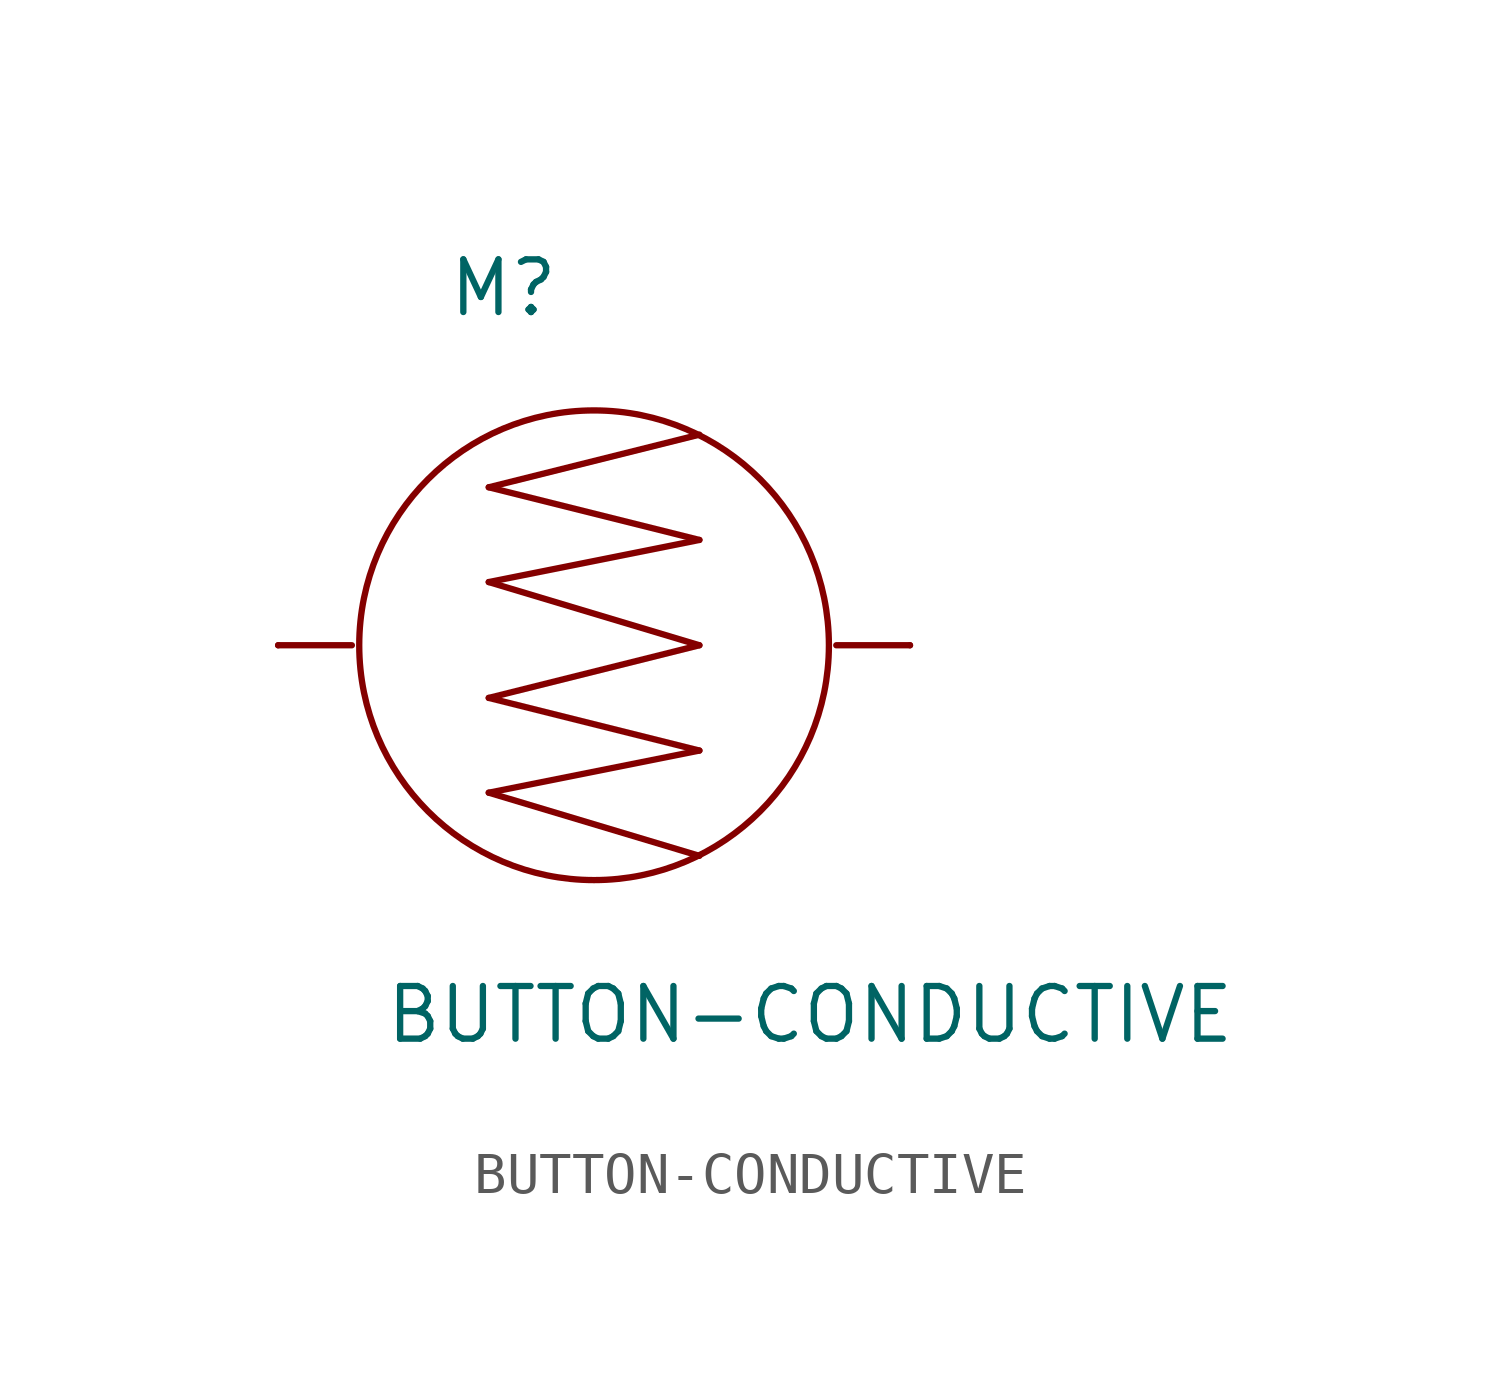
<source format=kicad_sym>
(kicad_symbol_lib
  (version 20211014)
  (generator kicad_symbol_editor)
  (symbol "BUTTON-CONDUCTIVE"
    (pin_numbers hide)
    (pin_names
      (offset 1.016) hide)
    (property "Reference" "M"
      (at -3.556 7.874 0)
      (effects (font (size 1.27 1.27)) (justify left bottom)))
    (property "Value" "BUTTON-CONDUCTIVE"
      (at -5.08 -9.652 0)
      (effects (font (size 1.27 1.27)) (justify left bottom)))
    (property "ki_locked" ""
      (at 0 0 0)
      (effects (font (size 1.27 1.27))))
    (symbol "BUTTON-CONDUCTIVE_1_0"
      (polyline (pts (xy -7.62 0) (xy -5.842 0)) (stroke (width 0) (type default) (color 0 0 0 0)) (fill (type none)))
      (polyline (pts (xy -2.54 -3.556) (xy 2.54 -5.08)) (stroke (width 0) (type default) (color 0 0 0 0)) (fill (type none)))
      (polyline (pts (xy -2.54 -1.27) (xy 2.54 -2.54)) (stroke (width 0) (type default) (color 0 0 0 0)) (fill (type none)))
      (polyline (pts (xy -2.54 1.524) (xy 2.54 0)) (stroke (width 0) (type default) (color 0 0 0 0)) (fill (type none)))
      (polyline (pts (xy -2.54 3.81) (xy 2.54 5.08)) (stroke (width 0) (type default) (color 0 0 0 0)) (fill (type none)))
      (polyline (pts (xy 2.54 -2.54) (xy -2.54 -3.556)) (stroke (width 0) (type default) (color 0 0 0 0)) (fill (type none)))
      (polyline (pts (xy 2.54 0) (xy -2.54 -1.27)) (stroke (width 0) (type default) (color 0 0 0 0)) (fill (type none)))
      (polyline (pts (xy 2.54 2.54) (xy -2.54 1.524)) (stroke (width 0) (type default) (color 0 0 0 0)) (fill (type none)))
      (polyline (pts (xy 2.54 2.54) (xy -2.54 3.81)) (stroke (width 0) (type default) (color 0 0 0 0)) (fill (type none)))
      (polyline (pts (xy 7.62 0) (xy 5.842 0)) (stroke (width 0) (type default) (color 0 0 0 0)) (fill (type none))))
    (symbol "BUTTON-CONDUCTIVE_1_1"
      (circle (center 0 0) (radius 5.664) (stroke (width 0) (type default) (color 0 0 0 0)) (fill (type none)))
      (pin passive line (at -7.62 0 0) (length 0) (name "1" (effects (font (size 1.016 1.016)))) (number "1" (effects (font (size 1.016 1.016)))))
      (pin passive line (at 7.62 0 180) (length 0) (name "2" (effects (font (size 1.016 1.016)))) (number "2" (effects (font (size 1.016 1.016))))))))
</source>
